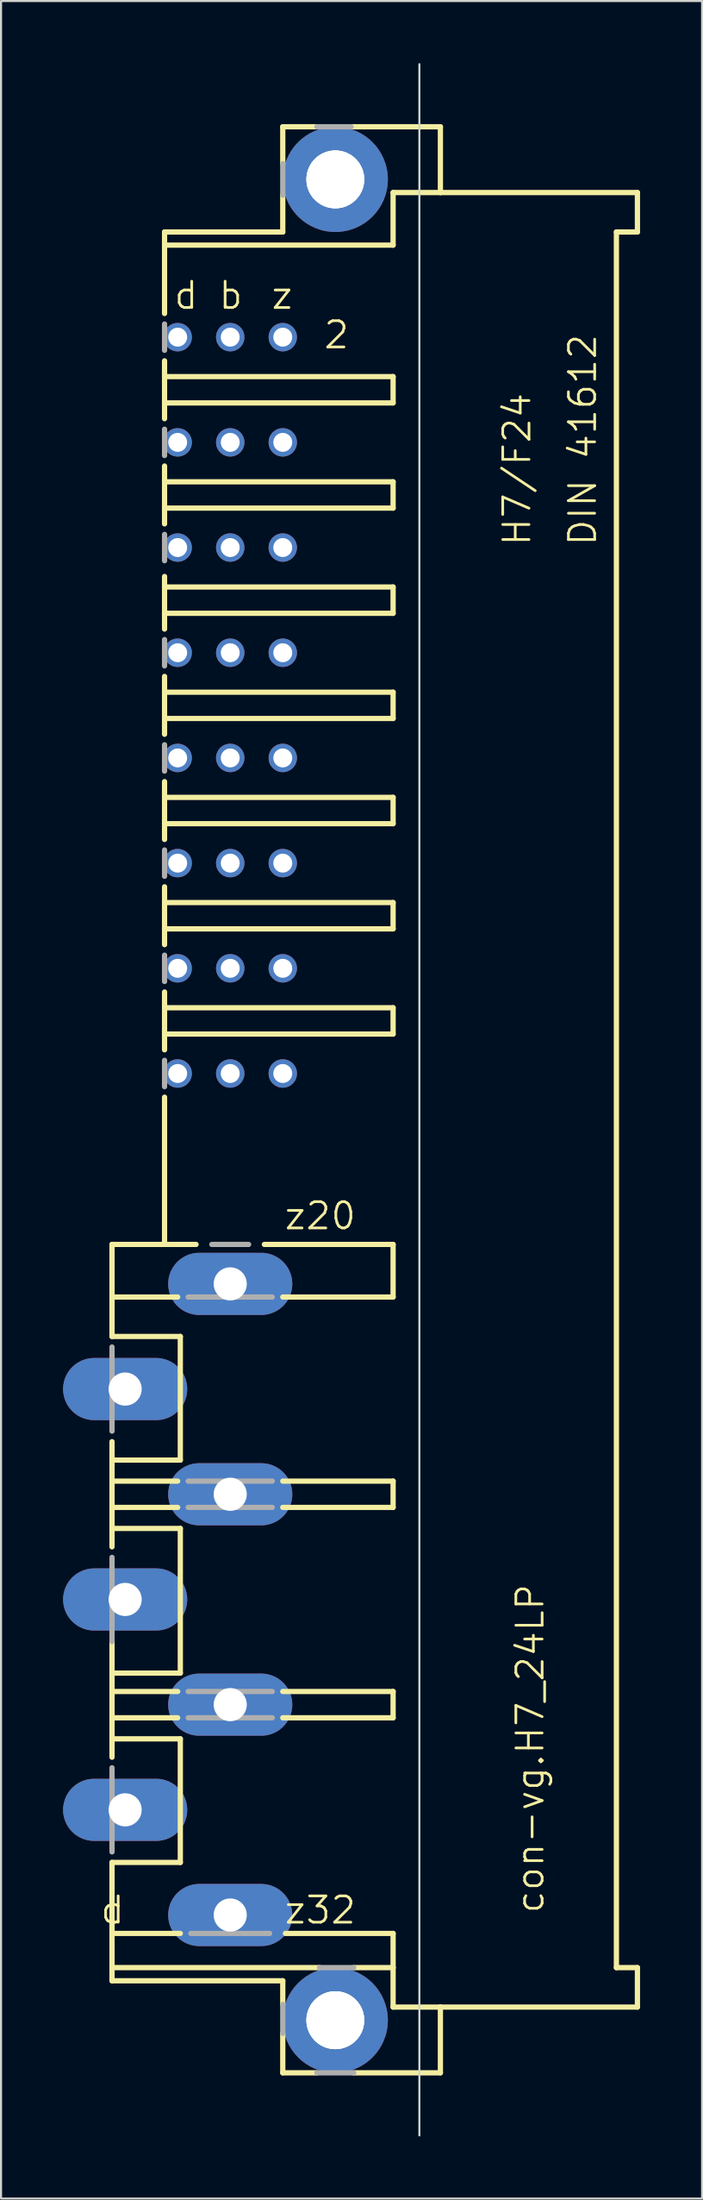
<source format=kicad_pcb>
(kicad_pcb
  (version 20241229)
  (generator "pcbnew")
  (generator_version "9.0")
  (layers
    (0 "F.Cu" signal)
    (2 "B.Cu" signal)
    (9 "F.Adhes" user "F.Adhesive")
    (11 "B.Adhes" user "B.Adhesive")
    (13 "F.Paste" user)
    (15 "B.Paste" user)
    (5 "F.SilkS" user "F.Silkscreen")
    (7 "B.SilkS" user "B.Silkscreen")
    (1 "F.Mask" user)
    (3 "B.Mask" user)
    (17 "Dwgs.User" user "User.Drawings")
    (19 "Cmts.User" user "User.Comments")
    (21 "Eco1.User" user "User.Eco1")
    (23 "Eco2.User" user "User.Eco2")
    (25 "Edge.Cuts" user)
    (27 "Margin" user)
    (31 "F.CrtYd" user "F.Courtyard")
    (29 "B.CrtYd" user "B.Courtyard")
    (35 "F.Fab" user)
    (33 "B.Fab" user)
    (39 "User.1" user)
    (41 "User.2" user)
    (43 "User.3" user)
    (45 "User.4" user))
  (footprint "con-vg.H7_24LP"
    (layer "F.Cu")
    (at 13.16 50.063)
    (property "Reference" "con-vg.H7_24LP" (at 10.16 39.37 90) (layer "F.SilkS") (effects (font (size 1.27 1.27) (thickness 0.13)) (justify left bottom)))
    (attr through_hole)
    (fp_line (start -10.795 6.985) (end -8.255 6.985) (stroke (width 0.254) (type default)) (layer "F.SilkS"))
    (fp_line (start -10.795 9.525) (end -10.795 6.985) (stroke (width 0.254) (type default)) (layer "F.SilkS"))
    (fp_line (start -10.795 9.525) (end -7.62 9.525) (stroke (width 0.254) (type default)) (layer "F.SilkS"))
    (fp_line (start -10.795 11.43) (end -10.795 9.525) (stroke (width 0.254) (type default)) (layer "F.SilkS"))
    (fp_line (start -10.795 11.43) (end -7.493 11.43) (stroke (width 0.254) (type default)) (layer "F.SilkS"))
    (fp_line (start -10.795 17.399) (end -10.795 16.51) (stroke (width 0.254) (type default)) (layer "F.SilkS"))
    (fp_line (start -10.795 17.399) (end -7.493 17.399) (stroke (width 0.254) (type default)) (layer "F.SilkS"))
    (fp_line (start -10.795 18.415) (end -10.795 17.399) (stroke (width 0.254) (type default)) (layer "F.SilkS"))
    (fp_line (start -10.795 18.415) (end -7.62 18.415) (stroke (width 0.254) (type default)) (layer "F.SilkS"))
    (fp_line (start -10.795 19.685) (end -10.795 18.415) (stroke (width 0.254) (type default)) (layer "F.SilkS"))
    (fp_line (start -10.795 19.685) (end -7.62 19.685) (stroke (width 0.254) (type default)) (layer "F.SilkS"))
    (fp_line (start -10.795 20.701) (end -10.795 19.685) (stroke (width 0.254) (type default)) (layer "F.SilkS"))
    (fp_line (start -10.795 20.701) (end -10.795 21.59) (stroke (width 0.254) (type default)) (layer "F.SilkS"))
    (fp_line (start -10.795 20.701) (end -7.493 20.701) (stroke (width 0.254) (type default)) (layer "F.SilkS"))
    (fp_line (start -10.795 27.686) (end -10.795 26.162) (stroke (width 0.254) (type default)) (layer "F.SilkS"))
    (fp_line (start -10.795 27.686) (end -7.493 27.686) (stroke (width 0.254) (type default)) (layer "F.SilkS"))
    (fp_line (start -10.795 28.575) (end -10.795 27.686) (stroke (width 0.254) (type default)) (layer "F.SilkS"))
    (fp_line (start -10.795 28.575) (end -7.62 28.575) (stroke (width 0.254) (type default)) (layer "F.SilkS"))
    (fp_line (start -10.795 29.845) (end -10.795 28.575) (stroke (width 0.254) (type default)) (layer "F.SilkS"))
    (fp_line (start -10.795 29.845) (end -7.62 29.845) (stroke (width 0.254) (type default)) (layer "F.SilkS"))
    (fp_line (start -10.795 30.861) (end -10.795 29.845) (stroke (width 0.254) (type default)) (layer "F.SilkS"))
    (fp_line (start -10.795 30.861) (end -10.795 31.75) (stroke (width 0.254) (type default)) (layer "F.SilkS"))
    (fp_line (start -10.795 30.861) (end -7.493 30.861) (stroke (width 0.254) (type default)) (layer "F.SilkS"))
    (fp_line (start -10.795 36.83) (end -7.493 36.83) (stroke (width 0.254) (type default)) (layer "F.SilkS"))
    (fp_line (start -10.795 40.259) (end -10.795 36.83) (stroke (width 0.254) (type default)) (layer "F.SilkS"))
    (fp_line (start -10.795 40.259) (end -7.493 40.259) (stroke (width 0.254) (type default)) (layer "F.SilkS"))
    (fp_line (start -10.795 41.91) (end -10.795 40.259) (stroke (width 0.254) (type default)) (layer "F.SilkS"))
    (fp_line (start -10.795 42.545) (end -10.795 41.91) (stroke (width 0.254) (type default)) (layer "F.SilkS"))
    (fp_line (start -8.255 -37.973) (end -8.255 -41.91) (stroke (width 0.254) (type default)) (layer "F.SilkS"))
    (fp_line (start -8.255 -34.925) (end -8.255 -35.687) (stroke (width 0.254) (type default)) (layer "F.SilkS"))
    (fp_line (start -8.255 -34.925) (end 2.794 -34.925) (stroke (width 0.254) (type default)) (layer "F.SilkS"))
    (fp_line (start -8.255 -33.655) (end -8.255 -34.925) (stroke (width 0.254) (type default)) (layer "F.SilkS"))
    (fp_line (start -8.255 -33.655) (end -8.255 -32.893) (stroke (width 0.254) (type default)) (layer "F.SilkS"))
    (fp_line (start -8.255 -33.655) (end 2.794 -33.655) (stroke (width 0.254) (type default)) (layer "F.SilkS"))
    (fp_line (start -8.255 -30.607) (end -8.255 -29.845) (stroke (width 0.254) (type default)) (layer "F.SilkS"))
    (fp_line (start -8.255 -29.845) (end 2.794 -29.845) (stroke (width 0.254) (type default)) (layer "F.SilkS"))
    (fp_line (start -8.255 -28.575) (end -8.255 -29.845) (stroke (width 0.254) (type default)) (layer "F.SilkS"))
    (fp_line (start -8.255 -28.575) (end -8.255 -27.813) (stroke (width 0.254) (type default)) (layer "F.SilkS"))
    (fp_line (start -8.255 -28.575) (end 2.794 -28.575) (stroke (width 0.254) (type default)) (layer "F.SilkS"))
    (fp_line (start -8.255 -25.273) (end -8.255 -24.765) (stroke (width 0.254) (type default)) (layer "F.SilkS"))
    (fp_line (start -8.255 -24.765) (end 2.794 -24.765) (stroke (width 0.254) (type default)) (layer "F.SilkS"))
    (fp_line (start -8.255 -23.495) (end -8.255 -24.765) (stroke (width 0.254) (type default)) (layer "F.SilkS"))
    (fp_line (start -8.255 -23.495) (end -8.255 -22.733) (stroke (width 0.254) (type default)) (layer "F.SilkS"))
    (fp_line (start -8.255 -23.495) (end 2.794 -23.495) (stroke (width 0.254) (type default)) (layer "F.SilkS"))
    (fp_line (start -8.255 -20.447) (end -8.255 -19.685) (stroke (width 0.254) (type default)) (layer "F.SilkS"))
    (fp_line (start -8.255 -19.685) (end 2.794 -19.685) (stroke (width 0.254) (type default)) (layer "F.SilkS"))
    (fp_line (start -8.255 -18.415) (end -8.255 -19.685) (stroke (width 0.254) (type default)) (layer "F.SilkS"))
    (fp_line (start -8.255 -18.415) (end -8.255 -17.653) (stroke (width 0.254) (type default)) (layer "F.SilkS"))
    (fp_line (start -8.255 -18.415) (end 2.794 -18.415) (stroke (width 0.254) (type default)) (layer "F.SilkS"))
    (fp_line (start -8.255 -15.367) (end -8.255 -14.605) (stroke (width 0.254) (type default)) (layer "F.SilkS"))
    (fp_line (start -8.255 -14.605) (end 2.794 -14.605) (stroke (width 0.254) (type default)) (layer "F.SilkS"))
    (fp_line (start -8.255 -13.335) (end -8.255 -14.605) (stroke (width 0.254) (type default)) (layer "F.SilkS"))
    (fp_line (start -8.255 -13.335) (end 2.794 -13.335) (stroke (width 0.254) (type default)) (layer "F.SilkS"))
    (fp_line (start -8.255 -12.573) (end -8.255 -13.335) (stroke (width 0.254) (type default)) (layer "F.SilkS"))
    (fp_line (start -8.255 -9.525) (end -8.255 -10.287) (stroke (width 0.254) (type default)) (layer "F.SilkS"))
    (fp_line (start -8.255 -9.525) (end 2.794 -9.525) (stroke (width 0.254) (type default)) (layer "F.SilkS"))
    (fp_line (start -8.255 -8.255) (end -8.255 -9.525) (stroke (width 0.254) (type default)) (layer "F.SilkS"))
    (fp_line (start -8.255 -8.255) (end -8.255 -7.493) (stroke (width 0.254) (type default)) (layer "F.SilkS"))
    (fp_line (start -8.255 -5.207) (end -8.255 -4.445) (stroke (width 0.254) (type default)) (layer "F.SilkS"))
    (fp_line (start -8.255 -3.175) (end -8.255 -4.445) (stroke (width 0.254) (type default)) (layer "F.SilkS"))
    (fp_line (start -8.255 -3.175) (end -8.255 -2.413) (stroke (width 0.254) (type default)) (layer "F.SilkS"))
    (fp_line (start -8.255 -3.175) (end 2.794 -3.175) (stroke (width 0.254) (type default)) (layer "F.SilkS"))
    (fp_line (start -8.255 -0.127) (end -8.255 6.985) (stroke (width 0.254) (type default)) (layer "F.SilkS"))
    (fp_line (start -8.255 6.985) (end -6.731 6.985) (stroke (width 0.254) (type default)) (layer "F.SilkS"))
    (fp_line (start -7.493 17.399) (end -7.493 11.43) (stroke (width 0.254) (type default)) (layer "F.SilkS"))
    (fp_line (start -7.493 27.686) (end -7.493 20.701) (stroke (width 0.254) (type default)) (layer "F.SilkS"))
    (fp_line (start -7.493 36.83) (end -7.493 30.861) (stroke (width 0.254) (type default)) (layer "F.SilkS"))
    (fp_line (start -3.429 6.985) (end 2.794 6.985) (stroke (width 0.254) (type default)) (layer "F.SilkS"))
    (fp_line (start -2.54 -46.99) (end -2.54 -45.212) (stroke (width 0.254) (type default)) (layer "F.SilkS"))
    (fp_line (start -2.54 -46.99) (end -0.889 -46.99) (stroke (width 0.254) (type default)) (layer "F.SilkS"))
    (fp_line (start -2.54 -43.688) (end -2.54 -41.91) (stroke (width 0.254) (type default)) (layer "F.SilkS"))
    (fp_line (start -2.54 -41.91) (end -8.255 -41.91) (stroke (width 0.254) (type default)) (layer "F.SilkS"))
    (fp_line (start -2.54 9.525) (end 2.794 9.525) (stroke (width 0.254) (type default)) (layer "F.SilkS"))
    (fp_line (start -2.54 18.415) (end 2.794 18.415) (stroke (width 0.254) (type default)) (layer "F.SilkS"))
    (fp_line (start -2.54 19.685) (end 2.794 19.685) (stroke (width 0.254) (type default)) (layer "F.SilkS"))
    (fp_line (start -2.54 28.575) (end 2.794 28.575) (stroke (width 0.254) (type default)) (layer "F.SilkS"))
    (fp_line (start -2.54 29.845) (end 2.794 29.845) (stroke (width 0.254) (type default)) (layer "F.SilkS"))
    (fp_line (start -2.54 42.545) (end -10.795 42.545) (stroke (width 0.254) (type default)) (layer "F.SilkS"))
    (fp_line (start -2.54 42.545) (end -2.54 43.688) (stroke (width 0.254) (type default)) (layer "F.SilkS"))
    (fp_line (start -2.54 45.085) (end -2.54 46.99) (stroke (width 0.254) (type default)) (layer "F.SilkS"))
    (fp_line (start -2.54 46.99) (end -0.889 46.99) (stroke (width 0.254) (type default)) (layer "F.SilkS"))
    (fp_line (start -2.413 40.259) (end 2.794 40.259) (stroke (width 0.254) (type default)) (layer "F.SilkS"))
    (fp_line (start -0.762 41.91) (end -10.795 41.91) (stroke (width 0.254) (type default)) (layer "F.SilkS"))
    (fp_line (start 0.762 -46.99) (end 5.08 -46.99) (stroke (width 0.254) (type default)) (layer "F.SilkS"))
    (fp_line (start 0.889 46.99) (end 5.08 46.99) (stroke (width 0.254) (type default)) (layer "F.SilkS"))
    (fp_line (start 2.794 -41.275) (end -8.255 -41.275) (stroke (width 0.254) (type default)) (layer "F.SilkS"))
    (fp_line (start 2.794 -41.275) (end 2.794 -43.815) (stroke (width 0.254) (type default)) (layer "F.SilkS"))
    (fp_line (start 2.794 -33.655) (end 2.794 -34.925) (stroke (width 0.254) (type default)) (layer "F.SilkS"))
    (fp_line (start 2.794 -28.575) (end 2.794 -29.845) (stroke (width 0.254) (type default)) (layer "F.SilkS"))
    (fp_line (start 2.794 -23.495) (end 2.794 -24.765) (stroke (width 0.254) (type default)) (layer "F.SilkS"))
    (fp_line (start 2.794 -18.415) (end 2.794 -19.685) (stroke (width 0.254) (type default)) (layer "F.SilkS"))
    (fp_line (start 2.794 -13.335) (end 2.794 -14.605) (stroke (width 0.254) (type default)) (layer "F.SilkS"))
    (fp_line (start 2.794 -8.255) (end -8.255 -8.255) (stroke (width 0.254) (type default)) (layer "F.SilkS"))
    (fp_line (start 2.794 -8.255) (end 2.794 -9.525) (stroke (width 0.254) (type default)) (layer "F.SilkS"))
    (fp_line (start 2.794 -4.445) (end -8.255 -4.445) (stroke (width 0.254) (type default)) (layer "F.SilkS"))
    (fp_line (start 2.794 -3.175) (end 2.794 -4.445) (stroke (width 0.254) (type default)) (layer "F.SilkS"))
    (fp_line (start 2.794 6.985) (end 2.794 9.525) (stroke (width 0.254) (type default)) (layer "F.SilkS"))
    (fp_line (start 2.794 18.415) (end 2.794 19.685) (stroke (width 0.254) (type default)) (layer "F.SilkS"))
    (fp_line (start 2.794 28.575) (end 2.794 29.845) (stroke (width 0.254) (type default)) (layer "F.SilkS"))
    (fp_line (start 2.794 41.91) (end 0.889 41.91) (stroke (width 0.254) (type default)) (layer "F.SilkS"))
    (fp_line (start 2.794 41.91) (end 2.794 40.259) (stroke (width 0.254) (type default)) (layer "F.SilkS"))
    (fp_line (start 2.794 41.91) (end 2.794 43.815) (stroke (width 0.254) (type default)) (layer "F.SilkS"))
    (fp_line (start 2.794 43.815) (end 5.08 43.815) (stroke (width 0.254) (type default)) (layer "F.SilkS"))
    (fp_line (start 5.08 -46.99) (end 5.08 -43.815) (stroke (width 0.254) (type default)) (layer "F.SilkS"))
    (fp_line (start 5.08 -43.815) (end 2.794 -43.815) (stroke (width 0.254) (type default)) (layer "F.SilkS"))
    (fp_line (start 5.08 -43.815) (end 14.605 -43.815) (stroke (width 0.254) (type default)) (layer "F.SilkS"))
    (fp_line (start 5.08 43.815) (end 14.605 43.815) (stroke (width 0.254) (type default)) (layer "F.SilkS"))
    (fp_line (start 5.08 46.99) (end 5.08 43.815) (stroke (width 0.254) (type default)) (layer "F.SilkS"))
    (fp_line (start 13.589 -41.91) (end 13.589 41.91) (stroke (width 0.254) (type default)) (layer "F.SilkS"))
    (fp_line (start 13.589 -41.91) (end 14.605 -41.91) (stroke (width 0.254) (type default)) (layer "F.SilkS"))
    (fp_line (start 13.589 41.91) (end 14.605 41.91) (stroke (width 0.254) (type default)) (layer "F.SilkS"))
    (fp_line (start 14.605 -43.815) (end 14.605 -41.91) (stroke (width 0.254) (type default)) (layer "F.SilkS"))
    (fp_line (start 14.605 43.815) (end 14.605 41.91) (stroke (width 0.254) (type default)) (layer "F.SilkS"))
    (fp_circle (center 0 -44.45) (end 1.27 -44.45) (stroke (width 0.254) (type default)) (fill no) (layer "F.SilkS"))
    (fp_circle (center 0 44.45) (end 1.27 44.45) (stroke (width 0.254) (type default)) (fill no) (layer "F.SilkS"))
    (fp_line (start 4.064 50.013) (end 4.064 -50.013) (stroke (width 0.1) (type default)) (layer "Edge.Cuts"))
    (fp_line (start -10.795 16.002) (end -10.795 11.938) (stroke (width 0.254) (type default)) (layer "F.Fab"))
    (fp_line (start -10.795 26.162) (end -10.795 22.098) (stroke (width 0.254) (type default)) (layer "F.Fab"))
    (fp_line (start -10.795 36.322) (end -10.795 32.258) (stroke (width 0.254) (type default)) (layer "F.Fab"))
    (fp_line (start -8.255 -36.195) (end -8.255 -37.465) (stroke (width 0.254) (type default)) (layer "F.Fab"))
    (fp_line (start -8.255 -32.385) (end -8.255 -31.115) (stroke (width 0.254) (type default)) (layer "F.Fab"))
    (fp_line (start -8.255 -27.305) (end -8.255 -26.035) (stroke (width 0.254) (type default)) (layer "F.Fab"))
    (fp_line (start -8.255 -22.225) (end -8.255 -20.955) (stroke (width 0.254) (type default)) (layer "F.Fab"))
    (fp_line (start -8.255 -17.145) (end -8.255 -15.875) (stroke (width 0.254) (type default)) (layer "F.Fab"))
    (fp_line (start -8.255 -12.065) (end -8.255 -10.795) (stroke (width 0.254) (type default)) (layer "F.Fab"))
    (fp_line (start -8.255 -6.985) (end -8.255 -5.715) (stroke (width 0.254) (type default)) (layer "F.Fab"))
    (fp_line (start -8.255 -1.905) (end -8.255 -0.635) (stroke (width 0.254) (type default)) (layer "F.Fab"))
    (fp_line (start -7.112 9.525) (end -3.048 9.525) (stroke (width 0.254) (type default)) (layer "F.Fab"))
    (fp_line (start -7.112 18.415) (end -3.048 18.415) (stroke (width 0.254) (type default)) (layer "F.Fab"))
    (fp_line (start -7.112 19.685) (end -3.048 19.685) (stroke (width 0.254) (type default)) (layer "F.Fab"))
    (fp_line (start -7.112 28.575) (end -3.048 28.575) (stroke (width 0.254) (type default)) (layer "F.Fab"))
    (fp_line (start -7.112 29.845) (end -3.048 29.845) (stroke (width 0.254) (type default)) (layer "F.Fab"))
    (fp_line (start -6.985 40.259) (end -3.175 40.259) (stroke (width 0.254) (type default)) (layer "F.Fab"))
    (fp_line (start -5.969 6.985) (end -4.191 6.985) (stroke (width 0.254) (type default)) (layer "F.Fab"))
    (fp_line (start -2.54 -45.212) (end -2.54 -43.688) (stroke (width 0.254) (type default)) (layer "F.Fab"))
    (fp_line (start -2.54 43.688) (end -2.54 45.085) (stroke (width 0.254) (type default)) (layer "F.Fab"))
    (fp_line (start -0.889 -46.99) (end 0.762 -46.99) (stroke (width 0.254) (type default)) (layer "F.Fab"))
    (fp_line (start -0.889 46.99) (end 0.889 46.99) (stroke (width 0.254) (type default)) (layer "F.Fab"))
    (fp_line (start 0.889 41.91) (end -0.762 41.91) (stroke (width 0.254) (type default)) (layer "F.Fab"))
    (fp_text user "DIN 41612" (at 12.7 -26.67 90) (layer "F.SilkS") (effects (font (size 1.27 1.27) (thickness 0.13)) (justify left bottom)))
    (fp_text user "b" (at -5.715 -38.1 0) (layer "F.SilkS") (effects (font (size 1.27 1.27) (thickness 0.13)) (justify left bottom)))
    (fp_text user "z" (at -3.175 -38.1 0) (layer "F.SilkS") (effects (font (size 1.27 1.27) (thickness 0.13)) (justify left bottom)))
    (fp_text user "2" (at -0.635 -36.195 0) (layer "F.SilkS") (effects (font (size 1.27 1.27) (thickness 0.13)) (justify left bottom)))
    (fp_text user "d " (at -11.43 39.878 0) (layer "F.SilkS") (effects (font (size 1.27 1.27) (thickness 0.13)) (justify left bottom)))
    (fp_text user "H7/F24" (at 9.525 -26.67 90) (layer "F.SilkS") (effects (font (size 1.27 1.27) (thickness 0.13)) (justify left bottom)))
    (fp_text user "z32" (at -2.54 39.878 0) (layer "F.SilkS") (effects (font (size 1.27 1.27) (thickness 0.13)) (justify left bottom)))
    (fp_text user "z20" (at -2.54 6.35 0) (layer "F.SilkS") (effects (font (size 1.27 1.27) (thickness 0.13)) (justify left bottom)))
    (fp_text user "d" (at -7.874 -38.1 0) (layer "F.SilkS") (effects (font (size 1.27 1.27) (thickness 0.13)) (justify left bottom)))
    (pad "" np_thru_hole circle (at 0 -44.45) (size 2.794 2.794) (drill 2.794) (layers "*.Cu" "*.Mask"))
    (pad "" np_thru_hole circle (at 0 44.45) (size 2.794 2.794) (drill 2.794) (layers "*.Cu" "*.Mask"))
    (pad "B2" thru_hole circle (at -5.08 -36.83) (size 1.372 1.372) (drill 0.914) (layers "*.Cu" "*.Mask"))
    (pad "B4" thru_hole circle (at -5.08 -31.75) (size 1.372 1.372) (drill 0.914) (layers "*.Cu" "*.Mask"))
    (pad "B6" thru_hole circle (at -5.08 -26.67) (size 1.372 1.372) (drill 0.914) (layers "*.Cu" "*.Mask"))
    (pad "B8" thru_hole circle (at -5.08 -21.59) (size 1.372 1.372) (drill 0.914) (layers "*.Cu" "*.Mask"))
    (pad "B10" thru_hole circle (at -5.08 -16.51) (size 1.372 1.372) (drill 0.914) (layers "*.Cu" "*.Mask"))
    (pad "B12" thru_hole circle (at -5.08 -11.43) (size 1.372 1.372) (drill 0.914) (layers "*.Cu" "*.Mask"))
    (pad "B14" thru_hole circle (at -5.08 -6.35) (size 1.372 1.372) (drill 0.914) (layers "*.Cu" "*.Mask"))
    (pad "B16" thru_hole circle (at -5.08 -1.27) (size 1.372 1.372) (drill 0.914) (layers "*.Cu" "*.Mask"))
    (pad "D2" thru_hole circle (at -7.62 -36.83) (size 1.372 1.372) (drill 0.914) (layers "*.Cu" "*.Mask"))
    (pad "D4" thru_hole circle (at -7.62 -31.75) (size 1.372 1.372) (drill 0.914) (layers "*.Cu" "*.Mask"))
    (pad "D6" thru_hole circle (at -7.62 -26.67) (size 1.372 1.372) (drill 0.914) (layers "*.Cu" "*.Mask"))
    (pad "D8" thru_hole circle (at -7.62 -21.59) (size 1.372 1.372) (drill 0.914) (layers "*.Cu" "*.Mask"))
    (pad "D10" thru_hole circle (at -7.62 -16.51) (size 1.372 1.372) (drill 0.914) (layers "*.Cu" "*.Mask"))
    (pad "D12" thru_hole circle (at -7.62 -11.43) (size 1.372 1.372) (drill 0.914) (layers "*.Cu" "*.Mask"))
    (pad "D14" thru_hole circle (at -7.62 -6.35) (size 1.372 1.372) (drill 0.914) (layers "*.Cu" "*.Mask"))
    (pad "D16" thru_hole circle (at -7.62 -1.27) (size 1.372 1.372) (drill 0.914) (layers "*.Cu" "*.Mask"))
    (pad "D22" thru_hole oval (at -10.16 13.97) (size 6 3) (drill 1.6) (layers "*.Cu" "*.Mask"))
    (pad "D26" thru_hole oval (at -10.16 24.13) (size 6 3) (drill 1.6) (layers "*.Cu" "*.Mask"))
    (pad "D30" thru_hole oval (at -10.16 34.29) (size 6 3) (drill 1.6) (layers "*.Cu" "*.Mask"))
    (pad "X1" thru_hole circle (at 0 44.45) (size 5.08 5.08) (drill 2.794) (layers "*.Cu" "*.Mask"))
    (pad "X2" thru_hole circle (at 0 -44.45) (size 5.08 5.08) (drill 2.794) (layers "*.Cu" "*.Mask"))
    (pad "Z2" thru_hole circle (at -2.54 -36.83) (size 1.372 1.372) (drill 0.914) (layers "*.Cu" "*.Mask"))
    (pad "Z4" thru_hole circle (at -2.54 -31.75) (size 1.372 1.372) (drill 0.914) (layers "*.Cu" "*.Mask"))
    (pad "Z6" thru_hole circle (at -2.54 -26.67) (size 1.372 1.372) (drill 0.914) (layers "*.Cu" "*.Mask"))
    (pad "Z8" thru_hole circle (at -2.54 -21.59) (size 1.372 1.372) (drill 0.914) (layers "*.Cu" "*.Mask"))
    (pad "Z10" thru_hole circle (at -2.54 -16.51) (size 1.372 1.372) (drill 0.914) (layers "*.Cu" "*.Mask"))
    (pad "Z12" thru_hole circle (at -2.54 -11.43) (size 1.372 1.372) (drill 0.914) (layers "*.Cu" "*.Mask"))
    (pad "Z14" thru_hole circle (at -2.54 -6.35) (size 1.372 1.372) (drill 0.914) (layers "*.Cu" "*.Mask"))
    (pad "Z16" thru_hole circle (at -2.54 -1.27) (size 1.372 1.372) (drill 0.914) (layers "*.Cu" "*.Mask"))
    (pad "Z20" thru_hole oval (at -5.08 8.89) (size 6 3) (drill 1.6) (layers "*.Cu" "*.Mask"))
    (pad "Z24" thru_hole oval (at -5.08 19.05) (size 6 3) (drill 1.6) (layers "*.Cu" "*.Mask"))
    (pad "Z28" thru_hole oval (at -5.08 29.21) (size 6 3) (drill 1.6) (layers "*.Cu" "*.Mask"))
    (pad "Z32" thru_hole oval (at -5.08 39.37) (size 6 3) (drill 1.6) (layers "*.Cu" "*.Mask")))
  (gr_rect
    (start -3 -3)
    (end 30.892 103.125)
    (stroke (width 0.1) (type default))
    (fill no)
    (layer "Edge.Cuts")))
</source>
